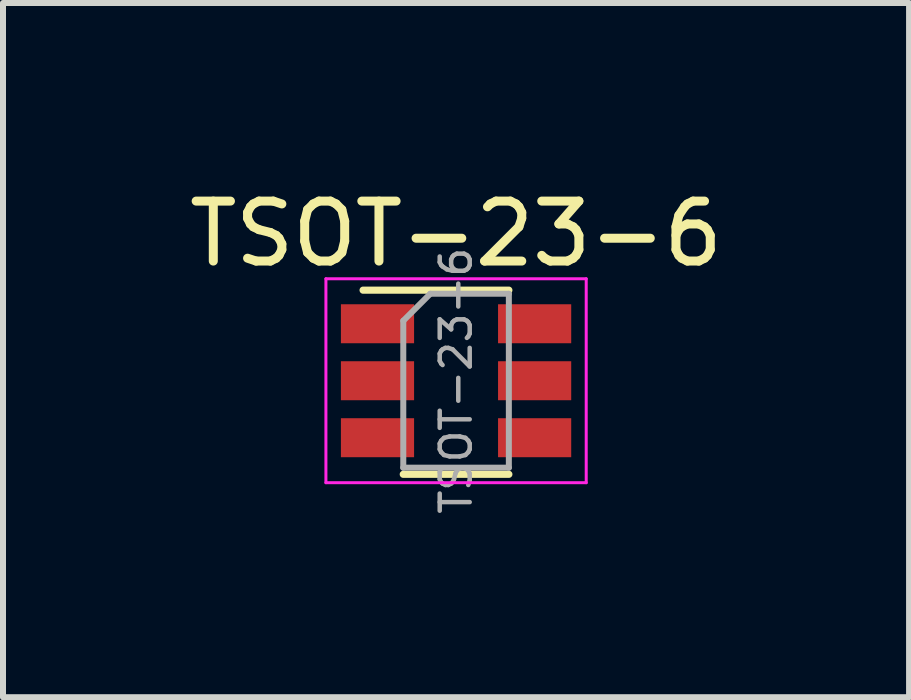
<source format=kicad_pcb>
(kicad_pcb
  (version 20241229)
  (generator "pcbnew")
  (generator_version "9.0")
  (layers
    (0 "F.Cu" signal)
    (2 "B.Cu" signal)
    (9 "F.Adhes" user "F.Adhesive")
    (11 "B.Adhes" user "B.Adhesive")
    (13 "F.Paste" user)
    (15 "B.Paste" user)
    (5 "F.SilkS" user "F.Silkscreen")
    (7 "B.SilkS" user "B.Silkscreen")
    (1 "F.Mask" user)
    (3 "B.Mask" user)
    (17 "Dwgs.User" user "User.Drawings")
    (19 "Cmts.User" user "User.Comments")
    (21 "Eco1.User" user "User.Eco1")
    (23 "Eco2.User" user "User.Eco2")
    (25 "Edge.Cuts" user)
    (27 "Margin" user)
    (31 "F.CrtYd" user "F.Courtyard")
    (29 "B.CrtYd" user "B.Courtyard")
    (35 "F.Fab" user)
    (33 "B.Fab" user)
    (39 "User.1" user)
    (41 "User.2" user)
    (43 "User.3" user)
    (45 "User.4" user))
  (footprint "TSOT-23-6"
    (layer "F.Cu")
    (at 4.554 3.298)
    (property "Reference" "TSOT-23-6" (at 0 -2.45 0) (layer "F.SilkS") (effects (font (size 1 1) (thickness 0.15))))
    (attr smd)
    (fp_line (start -0.88 1.56) (end 0.88 1.56) (stroke (width 0.12) (type solid)) (layer "F.SilkS"))
    (fp_line (start 0.88 -1.51) (end -1.55 -1.51) (stroke (width 0.12) (type solid)) (layer "F.SilkS"))
    (fp_line (start -2.17 -1.7) (end -2.17 1.7) (stroke (width 0.05) (type solid)) (layer "F.CrtYd"))
    (fp_line (start -2.17 -1.7) (end 2.17 -1.7) (stroke (width 0.05) (type solid)) (layer "F.CrtYd"))
    (fp_line (start 2.17 1.7) (end -2.17 1.7) (stroke (width 0.05) (type solid)) (layer "F.CrtYd"))
    (fp_line (start 2.17 1.7) (end 2.17 -1.7) (stroke (width 0.05) (type solid)) (layer "F.CrtYd"))
    (fp_line (start -0.88 -1) (end -0.88 1.45) (stroke (width 0.1) (type solid)) (layer "F.Fab"))
    (fp_line (start -0.88 -1) (end -0.43 -1.45) (stroke (width 0.1) (type solid)) (layer "F.Fab"))
    (fp_line (start 0.88 -1.45) (end -0.43 -1.45) (stroke (width 0.1) (type solid)) (layer "F.Fab"))
    (fp_line (start 0.88 -1.45) (end 0.88 1.45) (stroke (width 0.1) (type solid)) (layer "F.Fab"))
    (fp_line (start 0.88 1.45) (end -0.88 1.45) (stroke (width 0.1) (type solid)) (layer "F.Fab"))
    (fp_text user "${REFERENCE}" (at 0 0 90) (layer "F.Fab") (effects (font (size 0.5 0.5) (thickness 0.075))))
    (pad "1" smd rect (at -1.31 -0.95) (size 1.22 0.65) (layers "F.Cu" "F.Mask" "F.Paste"))
    (pad "2" smd rect (at -1.31 0) (size 1.22 0.65) (layers "F.Cu" "F.Mask" "F.Paste"))
    (pad "3" smd rect (at -1.31 0.95) (size 1.22 0.65) (layers "F.Cu" "F.Mask" "F.Paste"))
    (pad "4" smd rect (at 1.31 0.95) (size 1.22 0.65) (layers "F.Cu" "F.Mask" "F.Paste"))
    (pad "5" smd rect (at 1.31 0) (size 1.22 0.65) (layers "F.Cu" "F.Mask" "F.Paste"))
    (pad "6" smd rect (at 1.31 -0.95) (size 1.22 0.65) (layers "F.Cu" "F.Mask" "F.Paste")))
  (gr_rect
    (start -3 -3)
    (end 12.107 8.575)
    (stroke (width 0.1) (type default))
    (fill no)
    (layer "Edge.Cuts")))
</source>
